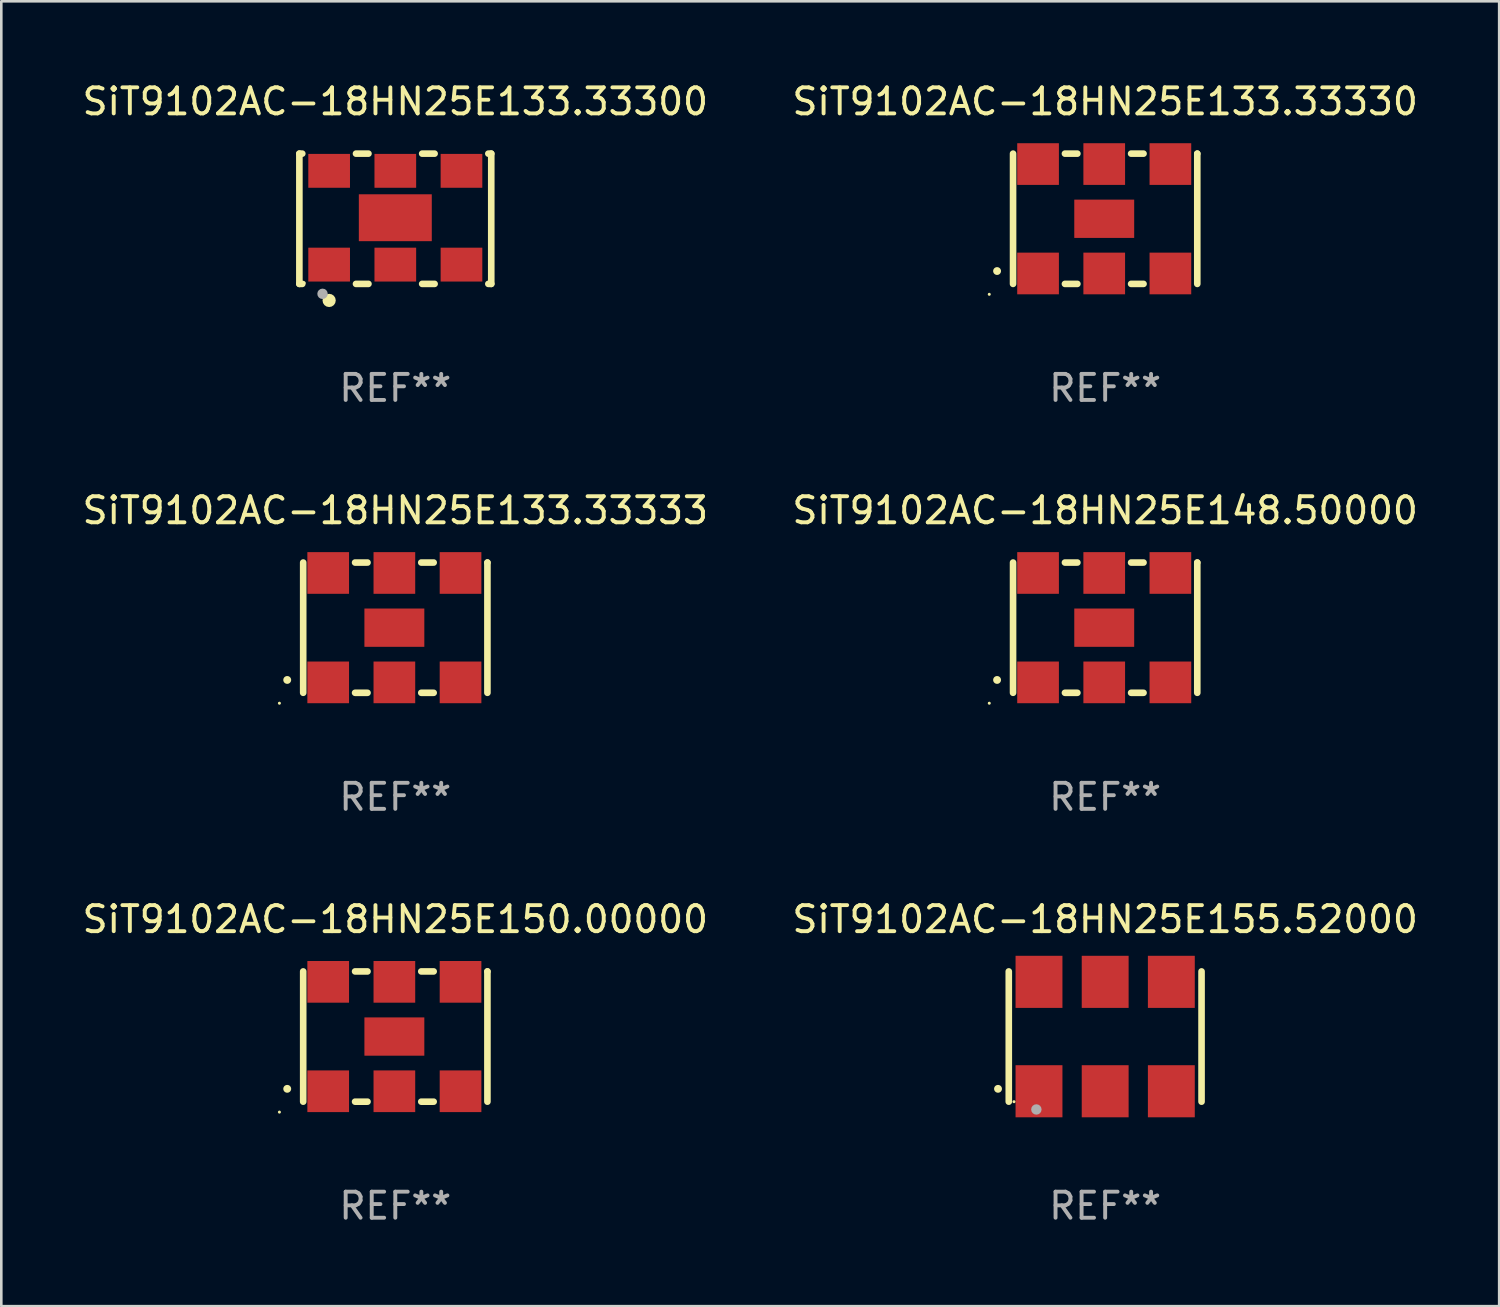
<source format=kicad_pcb>
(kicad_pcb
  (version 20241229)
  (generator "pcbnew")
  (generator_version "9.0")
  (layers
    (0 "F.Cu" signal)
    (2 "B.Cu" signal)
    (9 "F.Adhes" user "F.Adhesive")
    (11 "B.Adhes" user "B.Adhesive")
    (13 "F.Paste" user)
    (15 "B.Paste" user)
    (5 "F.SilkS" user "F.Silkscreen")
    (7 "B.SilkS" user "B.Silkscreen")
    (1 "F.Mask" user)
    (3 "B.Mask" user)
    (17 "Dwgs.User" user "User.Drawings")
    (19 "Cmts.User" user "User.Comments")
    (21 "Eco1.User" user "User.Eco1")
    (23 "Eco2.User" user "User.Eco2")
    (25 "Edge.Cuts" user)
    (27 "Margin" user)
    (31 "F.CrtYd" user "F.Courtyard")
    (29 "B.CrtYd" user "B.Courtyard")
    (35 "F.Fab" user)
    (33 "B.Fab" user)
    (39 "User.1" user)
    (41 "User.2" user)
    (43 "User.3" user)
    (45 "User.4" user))
  (footprint "SiT9102AC-18HN25E148.50000"
    (layer "F.Cu")
    (at 39.375 21.045)
    (property "Reference" "SiT9102AC-18HN25E148.50000" (at 0 -4.5 0) (layer "F.SilkS") (effects (font (size 1 1) (thickness 0.15))))
    (attr through_hole)
    (fp_line (start -3.536 -2.5) (end -3.536 2.5) (stroke (width 0.254) (type solid)) (layer "F.SilkS"))
    (fp_line (start -1.544 2.5) (end -1.067 2.5) (stroke (width 0.254) (type solid)) (layer "F.SilkS"))
    (fp_line (start -1.067 -2.5) (end -1.544 -2.5) (stroke (width 0.254) (type solid)) (layer "F.SilkS"))
    (fp_line (start 0.996 2.5) (end 1.473 2.5) (stroke (width 0.254) (type solid)) (layer "F.SilkS"))
    (fp_line (start 1.473 -2.5) (end 0.996 -2.5) (stroke (width 0.254) (type solid)) (layer "F.SilkS"))
    (fp_line (start 3.536 -2.5) (end 3.536 -2.5) (stroke (width 0.254) (type solid)) (layer "F.SilkS"))
    (fp_line (start 3.536 2.5) (end 3.536 -2.5) (stroke (width 0.254) (type solid)) (layer "F.SilkS"))
    (fp_arc (start -4.150432 2.006604) (mid -4.149162 2.006599) (end -4.147892 2.006604) (stroke (width 0.3) (type solid)) (layer "F.SilkS"))
    (fp_circle (center -4.449 2.9) (end -4.419 2.9) (stroke (width 0.06) (type solid)) (fill no) (layer "F.SilkS"))
    (fp_text user "REF**" (at 0 6.5 0) (layer "F.Fab") (effects (font (size 1 1) (thickness 0.15))))
    (pad "1" smd rect (at -2.576 2.1) (size 1.6 1.6) (layers "F.Cu" "F.Mask" "F.Paste"))
    (pad "2" smd rect (at -0.036 2.1) (size 1.6 1.6) (layers "F.Cu" "F.Mask" "F.Paste"))
    (pad "3" smd rect (at 2.504 2.1) (size 1.6 1.6) (layers "F.Cu" "F.Mask" "F.Paste"))
    (pad "4" smd rect (at 2.504 -2.1) (size 1.6 1.6) (layers "F.Cu" "F.Mask" "F.Paste"))
    (pad "5" smd rect (at -0.036 -2.1) (size 1.6 1.6) (layers "F.Cu" "F.Mask" "F.Paste"))
    (pad "6" smd rect (at -2.576 -2.1) (size 1.6 1.6) (layers "F.Cu" "F.Mask" "F.Paste"))
    (pad "7" smd rect (at -0.036 0) (size 2.3 1.47) (layers "F.Cu" "F.Mask" "F.Paste")))
  (footprint "SiT9102AC-18HN25E133.33330"
    (layer "F.Cu")
    (at 39.375 5.348)
    (property "Reference" "SiT9102AC-18HN25E133.33330" (at 0 -4.5 0) (layer "F.SilkS") (effects (font (size 1 1) (thickness 0.15))))
    (attr through_hole)
    (fp_line (start -3.536 -2.5) (end -3.536 2.5) (stroke (width 0.254) (type solid)) (layer "F.SilkS"))
    (fp_line (start -1.544 2.5) (end -1.067 2.5) (stroke (width 0.254) (type solid)) (layer "F.SilkS"))
    (fp_line (start -1.067 -2.5) (end -1.544 -2.5) (stroke (width 0.254) (type solid)) (layer "F.SilkS"))
    (fp_line (start 0.996 2.5) (end 1.473 2.5) (stroke (width 0.254) (type solid)) (layer "F.SilkS"))
    (fp_line (start 1.473 -2.5) (end 0.996 -2.5) (stroke (width 0.254) (type solid)) (layer "F.SilkS"))
    (fp_line (start 3.536 -2.5) (end 3.536 -2.5) (stroke (width 0.254) (type solid)) (layer "F.SilkS"))
    (fp_line (start 3.536 2.5) (end 3.536 -2.5) (stroke (width 0.254) (type solid)) (layer "F.SilkS"))
    (fp_arc (start -4.150432 2.006604) (mid -4.149162 2.006599) (end -4.147892 2.006604) (stroke (width 0.3) (type solid)) (layer "F.SilkS"))
    (fp_circle (center -4.449 2.9) (end -4.419 2.9) (stroke (width 0.06) (type solid)) (fill no) (layer "F.SilkS"))
    (fp_text user "REF**" (at 0 6.5 0) (layer "F.Fab") (effects (font (size 1 1) (thickness 0.15))))
    (pad "1" smd rect (at -2.576 2.1) (size 1.6 1.6) (layers "F.Cu" "F.Mask" "F.Paste"))
    (pad "2" smd rect (at -0.036 2.1) (size 1.6 1.6) (layers "F.Cu" "F.Mask" "F.Paste"))
    (pad "3" smd rect (at 2.504 2.1) (size 1.6 1.6) (layers "F.Cu" "F.Mask" "F.Paste"))
    (pad "4" smd rect (at 2.504 -2.1) (size 1.6 1.6) (layers "F.Cu" "F.Mask" "F.Paste"))
    (pad "5" smd rect (at -0.036 -2.1) (size 1.6 1.6) (layers "F.Cu" "F.Mask" "F.Paste"))
    (pad "6" smd rect (at -2.576 -2.1) (size 1.6 1.6) (layers "F.Cu" "F.Mask" "F.Paste"))
    (pad "7" smd rect (at -0.036 0) (size 2.3 1.47) (layers "F.Cu" "F.Mask" "F.Paste")))
  (footprint "SiT9102AC-18HN25E133.33300"
    (layer "F.Cu")
    (at 12.125 5.348)
    (property "Reference" "SiT9102AC-18HN25E133.33300" (at 0 -4.5 0) (layer "F.SilkS") (effects (font (size 1 1) (thickness 0.15))))
    (attr through_hole)
    (fp_line (start -3.683 -2.5) (end -3.571 -2.5) (stroke (width 0.254) (type solid)) (layer "F.SilkS"))
    (fp_line (start -3.683 2.5) (end -3.683 -2.5) (stroke (width 0.254) (type solid)) (layer "F.SilkS"))
    (fp_line (start -3.683 2.5) (end -3.571 2.5) (stroke (width 0.254) (type solid)) (layer "F.SilkS"))
    (fp_line (start -1.509 -2.5) (end -1.031 -2.5) (stroke (width 0.254) (type solid)) (layer "F.SilkS"))
    (fp_line (start -1.509 2.5) (end -1.031 2.5) (stroke (width 0.254) (type solid)) (layer "F.SilkS"))
    (fp_line (start 1.031 -2.5) (end 1.509 -2.5) (stroke (width 0.254) (type solid)) (layer "F.SilkS"))
    (fp_line (start 1.031 2.5) (end 1.509 2.5) (stroke (width 0.254) (type solid)) (layer "F.SilkS"))
    (fp_line (start 3.571 -2.5) (end 3.683 -2.5) (stroke (width 0.254) (type solid)) (layer "F.SilkS"))
    (fp_line (start 3.571 2.5) (end 3.683 2.5) (stroke (width 0.254) (type solid)) (layer "F.SilkS"))
    (fp_line (start 3.683 2.5) (end 3.683 -2.5) (stroke (width 0.254) (type solid)) (layer "F.SilkS"))
    (fp_circle (center -3.5 2.46) (end -3.47 2.46) (stroke (width 0.06) (type solid)) (fill no) (layer "F.SilkS"))
    (fp_circle (center -2.54 3.135) (end -2.413 3.135) (stroke (width 0.254) (type solid)) (fill no) (layer "F.SilkS"))
    (fp_circle (center -2.794 2.881) (end -2.694 2.881) (stroke (width 0.2) (type solid)) (fill no) (layer "F.Fab"))
    (fp_text user "REF**" (at 0 6.5 0) (layer "F.Fab") (effects (font (size 1 1) (thickness 0.15))))
    (pad "1" smd rect (at -2.54 1.76) (size 1.6 1.3) (layers "F.Cu" "F.Mask" "F.Paste"))
    (pad "2" smd rect (at 0 1.76) (size 1.6 1.3) (layers "F.Cu" "F.Mask" "F.Paste"))
    (pad "3" smd rect (at 2.54 1.76) (size 1.6 1.3) (layers "F.Cu" "F.Mask" "F.Paste"))
    (pad "4" smd rect (at 2.54 -1.84) (size 1.6 1.3) (layers "F.Cu" "F.Mask" "F.Paste"))
    (pad "5" smd rect (at 0 -1.84) (size 1.6 1.3) (layers "F.Cu" "F.Mask" "F.Paste"))
    (pad "6" smd rect (at -2.54 -1.84) (size 1.6 1.3) (layers "F.Cu" "F.Mask" "F.Paste"))
    (pad "7" smd rect (at 0 -0.04) (size 2.8 1.8) (layers "F.Cu" "F.Mask" "F.Paste")))
  (footprint "SiT9102AC-18HN25E150.00000"
    (layer "F.Cu")
    (at 12.125 36.741)
    (property "Reference" "SiT9102AC-18HN25E150.00000" (at 0 -4.5 0) (layer "F.SilkS") (effects (font (size 1 1) (thickness 0.15))))
    (attr through_hole)
    (fp_line (start -3.536 -2.5) (end -3.536 2.5) (stroke (width 0.254) (type solid)) (layer "F.SilkS"))
    (fp_line (start -1.544 2.5) (end -1.067 2.5) (stroke (width 0.254) (type solid)) (layer "F.SilkS"))
    (fp_line (start -1.067 -2.5) (end -1.544 -2.5) (stroke (width 0.254) (type solid)) (layer "F.SilkS"))
    (fp_line (start 0.996 2.5) (end 1.473 2.5) (stroke (width 0.254) (type solid)) (layer "F.SilkS"))
    (fp_line (start 1.473 -2.5) (end 0.996 -2.5) (stroke (width 0.254) (type solid)) (layer "F.SilkS"))
    (fp_line (start 3.536 -2.5) (end 3.536 -2.5) (stroke (width 0.254) (type solid)) (layer "F.SilkS"))
    (fp_line (start 3.536 2.5) (end 3.536 -2.5) (stroke (width 0.254) (type solid)) (layer "F.SilkS"))
    (fp_arc (start -4.150432 2.006604) (mid -4.149162 2.006599) (end -4.147892 2.006604) (stroke (width 0.3) (type solid)) (layer "F.SilkS"))
    (fp_circle (center -4.449 2.9) (end -4.419 2.9) (stroke (width 0.06) (type solid)) (fill no) (layer "F.SilkS"))
    (fp_text user "REF**" (at 0 6.5 0) (layer "F.Fab") (effects (font (size 1 1) (thickness 0.15))))
    (pad "1" smd rect (at -2.576 2.1) (size 1.6 1.6) (layers "F.Cu" "F.Mask" "F.Paste"))
    (pad "2" smd rect (at -0.036 2.1) (size 1.6 1.6) (layers "F.Cu" "F.Mask" "F.Paste"))
    (pad "3" smd rect (at 2.504 2.1) (size 1.6 1.6) (layers "F.Cu" "F.Mask" "F.Paste"))
    (pad "4" smd rect (at 2.504 -2.1) (size 1.6 1.6) (layers "F.Cu" "F.Mask" "F.Paste"))
    (pad "5" smd rect (at -0.036 -2.1) (size 1.6 1.6) (layers "F.Cu" "F.Mask" "F.Paste"))
    (pad "6" smd rect (at -2.576 -2.1) (size 1.6 1.6) (layers "F.Cu" "F.Mask" "F.Paste"))
    (pad "7" smd rect (at -0.036 0) (size 2.3 1.47) (layers "F.Cu" "F.Mask" "F.Paste")))
  (footprint "SiT9102AC-18HN25E155.52000"
    (layer "F.Cu")
    (at 39.375 36.741)
    (property "Reference" "SiT9102AC-18HN25E155.52000" (at 0 -4.5 0) (layer "F.SilkS") (effects (font (size 1 1) (thickness 0.15))))
    (attr through_hole)
    (fp_line (start -3.7 -2.5) (end -3.7 2.5) (stroke (width 0.254) (type solid)) (layer "F.SilkS"))
    (fp_line (start 3.7 -2.5) (end 3.7 2.5) (stroke (width 0.254) (type solid)) (layer "F.SilkS"))
    (fp_arc (start -4.114415 2.006604) (mid -4.113145 2.006599) (end -4.111875 2.006604) (stroke (width 0.3) (type solid)) (layer "F.SilkS"))
    (fp_circle (center -3.5 2.501) (end -3.47 2.501) (stroke (width 0.06) (type solid)) (fill no) (layer "F.SilkS"))
    (fp_circle (center -2.641 2.799) (end -2.541 2.799) (stroke (width 0.2) (type solid)) (fill no) (layer "F.Fab"))
    (fp_text user "REF**" (at 0 6.5 0) (layer "F.Fab") (effects (font (size 1 1) (thickness 0.15))))
    (pad "1" smd rect (at -2.54 2.1) (size 1.8 2) (layers "F.Cu" "F.Mask" "F.Paste"))
    (pad "2" smd rect (at 0.000394 2.1) (size 1.8 2) (layers "F.Cu" "F.Mask" "F.Paste"))
    (pad "3" smd rect (at 2.54 2.1) (size 1.8 2) (layers "F.Cu" "F.Mask" "F.Paste"))
    (pad "4" smd rect (at 2.54 -2.1) (size 1.8 2) (layers "F.Cu" "F.Mask" "F.Paste"))
    (pad "5" smd rect (at 0.000394 -2.1) (size 1.8 2) (layers "F.Cu" "F.Mask" "F.Paste"))
    (pad "6" smd rect (at -2.54 -2.1) (size 1.8 2) (layers "F.Cu" "F.Mask" "F.Paste")))
  (footprint "SiT9102AC-18HN25E133.33333"
    (layer "F.Cu")
    (at 12.125 21.045)
    (property "Reference" "SiT9102AC-18HN25E133.33333" (at 0 -4.5 0) (layer "F.SilkS") (effects (font (size 1 1) (thickness 0.15))))
    (attr through_hole)
    (fp_line (start -3.536 -2.5) (end -3.536 2.5) (stroke (width 0.254) (type solid)) (layer "F.SilkS"))
    (fp_line (start -1.544 2.5) (end -1.067 2.5) (stroke (width 0.254) (type solid)) (layer "F.SilkS"))
    (fp_line (start -1.067 -2.5) (end -1.544 -2.5) (stroke (width 0.254) (type solid)) (layer "F.SilkS"))
    (fp_line (start 0.996 2.5) (end 1.473 2.5) (stroke (width 0.254) (type solid)) (layer "F.SilkS"))
    (fp_line (start 1.473 -2.5) (end 0.996 -2.5) (stroke (width 0.254) (type solid)) (layer "F.SilkS"))
    (fp_line (start 3.536 -2.5) (end 3.536 -2.5) (stroke (width 0.254) (type solid)) (layer "F.SilkS"))
    (fp_line (start 3.536 2.5) (end 3.536 -2.5) (stroke (width 0.254) (type solid)) (layer "F.SilkS"))
    (fp_arc (start -4.150432 2.006604) (mid -4.149162 2.006599) (end -4.147892 2.006604) (stroke (width 0.3) (type solid)) (layer "F.SilkS"))
    (fp_circle (center -4.449 2.9) (end -4.419 2.9) (stroke (width 0.06) (type solid)) (fill no) (layer "F.SilkS"))
    (fp_text user "REF**" (at 0 6.5 0) (layer "F.Fab") (effects (font (size 1 1) (thickness 0.15))))
    (pad "1" smd rect (at -2.576 2.1) (size 1.6 1.6) (layers "F.Cu" "F.Mask" "F.Paste"))
    (pad "2" smd rect (at -0.036 2.1) (size 1.6 1.6) (layers "F.Cu" "F.Mask" "F.Paste"))
    (pad "3" smd rect (at 2.504 2.1) (size 1.6 1.6) (layers "F.Cu" "F.Mask" "F.Paste"))
    (pad "4" smd rect (at 2.504 -2.1) (size 1.6 1.6) (layers "F.Cu" "F.Mask" "F.Paste"))
    (pad "5" smd rect (at -0.036 -2.1) (size 1.6 1.6) (layers "F.Cu" "F.Mask" "F.Paste"))
    (pad "6" smd rect (at -2.576 -2.1) (size 1.6 1.6) (layers "F.Cu" "F.Mask" "F.Paste"))
    (pad "7" smd rect (at -0.036 0) (size 2.3 1.47) (layers "F.Cu" "F.Mask" "F.Paste")))
  (gr_rect
    (start -3 -3)
    (end 54.5 47.09)
    (stroke (width 0.1) (type default))
    (fill no)
    (layer "Edge.Cuts")))
</source>
